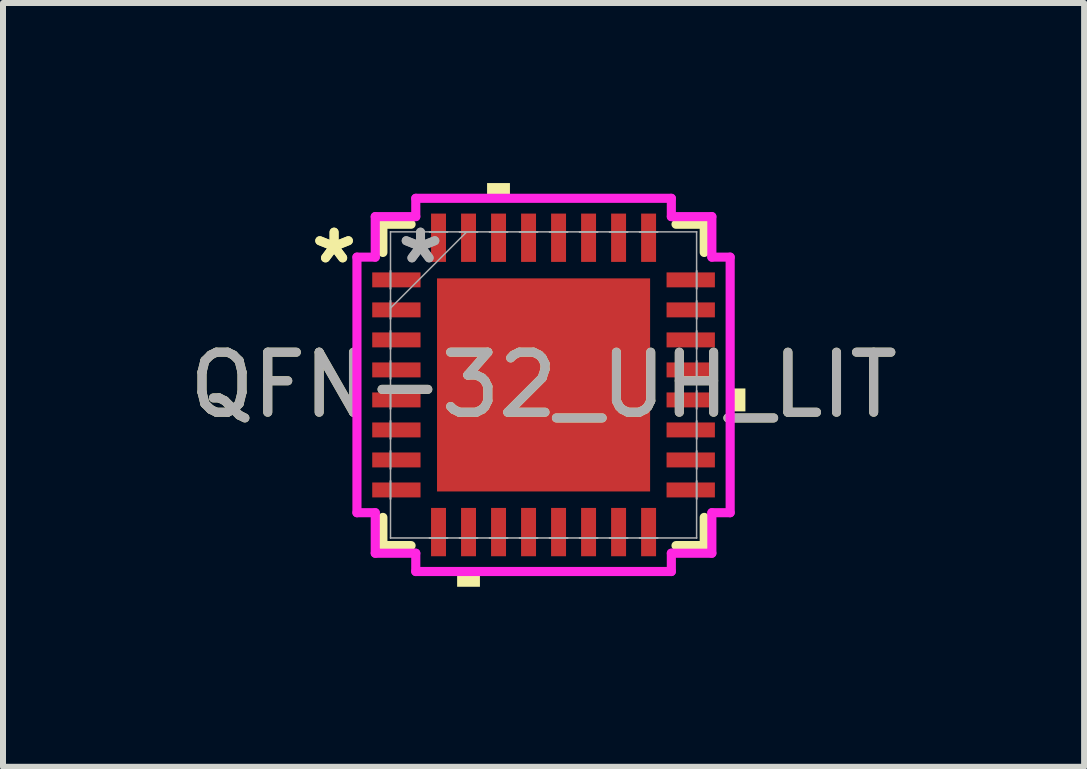
<source format=kicad_pcb>
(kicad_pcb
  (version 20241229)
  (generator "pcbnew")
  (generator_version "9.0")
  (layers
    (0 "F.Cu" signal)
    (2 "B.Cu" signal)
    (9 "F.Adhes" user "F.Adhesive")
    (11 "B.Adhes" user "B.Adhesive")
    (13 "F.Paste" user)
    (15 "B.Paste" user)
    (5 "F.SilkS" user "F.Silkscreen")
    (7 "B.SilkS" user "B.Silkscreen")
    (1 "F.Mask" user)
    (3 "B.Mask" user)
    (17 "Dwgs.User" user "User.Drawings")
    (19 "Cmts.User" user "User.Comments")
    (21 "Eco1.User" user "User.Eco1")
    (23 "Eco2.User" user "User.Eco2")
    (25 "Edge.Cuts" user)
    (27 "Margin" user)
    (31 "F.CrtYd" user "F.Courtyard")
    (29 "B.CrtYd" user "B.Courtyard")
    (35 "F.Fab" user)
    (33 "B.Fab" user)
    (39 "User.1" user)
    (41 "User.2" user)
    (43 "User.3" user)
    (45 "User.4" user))
  (footprint "QFN-32_UH_LIT"
    (layer "F.Cu")
    (at 6.006 3.363)
    (property "Reference" "QFN-32_UH_LIT" (at 0 0 0) (unlocked yes) (layer "F.SilkS") (effects (font (size 1 1) (thickness 0.15))))
    (attr smd)
    (fp_line (start -2.677 -2.677) (end -2.677 -2.207) (stroke (width 0.152) (type solid)) (layer "F.SilkS"))
    (fp_line (start -2.677 2.207) (end -2.677 2.677) (stroke (width 0.152) (type solid)) (layer "F.SilkS"))
    (fp_line (start -2.677 2.677) (end -2.207 2.677) (stroke (width 0.152) (type solid)) (layer "F.SilkS"))
    (fp_line (start -2.207 -2.677) (end -2.677 -2.677) (stroke (width 0.152) (type solid)) (layer "F.SilkS"))
    (fp_line (start 2.207 2.677) (end 2.677 2.677) (stroke (width 0.152) (type solid)) (layer "F.SilkS"))
    (fp_line (start 2.677 -2.677) (end 2.207 -2.677) (stroke (width 0.152) (type solid)) (layer "F.SilkS"))
    (fp_line (start 2.677 -2.207) (end 2.677 -2.677) (stroke (width 0.152) (type solid)) (layer "F.SilkS"))
    (fp_line (start 2.677 2.677) (end 2.677 2.207) (stroke (width 0.152) (type solid)) (layer "F.SilkS"))
    (fp_poly (pts (xy -1.44 3.109) (xy -1.44 3.363) (xy -1.06 3.363) (xy -1.06 3.109)) (stroke (width 0) (type solid)) (fill yes) (layer "F.SilkS"))
    (fp_poly (pts (xy -0.941 -3.109) (xy -0.941 -3.363) (xy -0.56 -3.363) (xy -0.56 -3.109)) (stroke (width 0) (type solid)) (fill yes) (layer "F.SilkS"))
    (fp_poly (pts (xy 3.363 0.059) (xy 3.363 0.441) (xy 3.109 0.441) (xy 3.109 0.059)) (stroke (width 0) (type solid)) (fill yes) (layer "F.SilkS"))
    (fp_poly (pts (xy -1.675 -1.675) (xy -1.675 -0.1) (xy -0.1 -0.1) (xy -0.1 -1.675)) (stroke (width 0) (type solid)) (fill yes) (layer "F.Paste"))
    (fp_poly (pts (xy -1.675 0.1) (xy -1.675 1.675) (xy -0.1 1.675) (xy -0.1 0.1)) (stroke (width 0) (type solid)) (fill yes) (layer "F.Paste"))
    (fp_poly (pts (xy 0.1 -1.675) (xy 0.1 -0.1) (xy 1.675 -0.1) (xy 1.675 -1.675)) (stroke (width 0) (type solid)) (fill yes) (layer "F.Paste"))
    (fp_poly (pts (xy 0.1 0.1) (xy 0.1 1.675) (xy 1.675 1.675) (xy 1.675 0.1)) (stroke (width 0) (type solid)) (fill yes) (layer "F.Paste"))
    (fp_line (start -3.109 -2.129) (end -2.804 -2.129) (stroke (width 0.152) (type solid)) (layer "F.CrtYd"))
    (fp_line (start -3.109 2.129) (end -3.109 -2.129) (stroke (width 0.152) (type solid)) (layer "F.CrtYd"))
    (fp_line (start -2.804 -2.804) (end -2.129 -2.804) (stroke (width 0.152) (type solid)) (layer "F.CrtYd"))
    (fp_line (start -2.804 -2.129) (end -2.804 -2.804) (stroke (width 0.152) (type solid)) (layer "F.CrtYd"))
    (fp_line (start -2.804 2.129) (end -3.109 2.129) (stroke (width 0.152) (type solid)) (layer "F.CrtYd"))
    (fp_line (start -2.804 2.804) (end -2.804 2.129) (stroke (width 0.152) (type solid)) (layer "F.CrtYd"))
    (fp_line (start -2.129 -3.109) (end 2.129 -3.109) (stroke (width 0.152) (type solid)) (layer "F.CrtYd"))
    (fp_line (start -2.129 -2.804) (end -2.129 -3.109) (stroke (width 0.152) (type solid)) (layer "F.CrtYd"))
    (fp_line (start -2.129 2.804) (end -2.804 2.804) (stroke (width 0.152) (type solid)) (layer "F.CrtYd"))
    (fp_line (start -2.129 3.109) (end -2.129 2.804) (stroke (width 0.152) (type solid)) (layer "F.CrtYd"))
    (fp_line (start 2.129 -3.109) (end 2.129 -2.804) (stroke (width 0.152) (type solid)) (layer "F.CrtYd"))
    (fp_line (start 2.129 -2.804) (end 2.804 -2.804) (stroke (width 0.152) (type solid)) (layer "F.CrtYd"))
    (fp_line (start 2.129 2.804) (end 2.129 3.109) (stroke (width 0.152) (type solid)) (layer "F.CrtYd"))
    (fp_line (start 2.129 3.109) (end -2.129 3.109) (stroke (width 0.152) (type solid)) (layer "F.CrtYd"))
    (fp_line (start 2.804 -2.804) (end 2.804 -2.129) (stroke (width 0.152) (type solid)) (layer "F.CrtYd"))
    (fp_line (start 2.804 -2.129) (end 3.109 -2.129) (stroke (width 0.152) (type solid)) (layer "F.CrtYd"))
    (fp_line (start 2.804 2.129) (end 2.804 2.804) (stroke (width 0.152) (type solid)) (layer "F.CrtYd"))
    (fp_line (start 2.804 2.804) (end 2.129 2.804) (stroke (width 0.152) (type solid)) (layer "F.CrtYd"))
    (fp_line (start 3.109 -2.129) (end 3.109 2.129) (stroke (width 0.152) (type solid)) (layer "F.CrtYd"))
    (fp_line (start 3.109 2.129) (end 2.804 2.129) (stroke (width 0.152) (type solid)) (layer "F.CrtYd"))
    (fp_line (start -2.55 -2.55) (end -2.55 -2.55) (stroke (width 0.025) (type solid)) (layer "F.Fab"))
    (fp_line (start -2.55 -2.55) (end -2.55 2.55) (stroke (width 0.025) (type solid)) (layer "F.Fab"))
    (fp_line (start -2.55 -1.9) (end -2.55 -1.9) (stroke (width 0.025) (type solid)) (layer "F.Fab"))
    (fp_line (start -2.55 -1.9) (end -2.55 -1.6) (stroke (width 0.025) (type solid)) (layer "F.Fab"))
    (fp_line (start -2.55 -1.6) (end -2.55 -1.9) (stroke (width 0.025) (type solid)) (layer "F.Fab"))
    (fp_line (start -2.55 -1.6) (end -2.55 -1.6) (stroke (width 0.025) (type solid)) (layer "F.Fab"))
    (fp_line (start -2.55 -1.4) (end -2.55 -1.4) (stroke (width 0.025) (type solid)) (layer "F.Fab"))
    (fp_line (start -2.55 -1.4) (end -2.55 -1.1) (stroke (width 0.025) (type solid)) (layer "F.Fab"))
    (fp_line (start -2.55 -1.28) (end -1.28 -2.55) (stroke (width 0.025) (type solid)) (layer "F.Fab"))
    (fp_line (start -2.55 -1.1) (end -2.55 -1.4) (stroke (width 0.025) (type solid)) (layer "F.Fab"))
    (fp_line (start -2.55 -1.1) (end -2.55 -1.1) (stroke (width 0.025) (type solid)) (layer "F.Fab"))
    (fp_line (start -2.55 -0.9) (end -2.55 -0.9) (stroke (width 0.025) (type solid)) (layer "F.Fab"))
    (fp_line (start -2.55 -0.9) (end -2.55 -0.6) (stroke (width 0.025) (type solid)) (layer "F.Fab"))
    (fp_line (start -2.55 -0.6) (end -2.55 -0.9) (stroke (width 0.025) (type solid)) (layer "F.Fab"))
    (fp_line (start -2.55 -0.6) (end -2.55 -0.6) (stroke (width 0.025) (type solid)) (layer "F.Fab"))
    (fp_line (start -2.55 -0.4) (end -2.55 -0.4) (stroke (width 0.025) (type solid)) (layer "F.Fab"))
    (fp_line (start -2.55 -0.4) (end -2.55 -0.1) (stroke (width 0.025) (type solid)) (layer "F.Fab"))
    (fp_line (start -2.55 -0.1) (end -2.55 -0.4) (stroke (width 0.025) (type solid)) (layer "F.Fab"))
    (fp_line (start -2.55 -0.1) (end -2.55 -0.1) (stroke (width 0.025) (type solid)) (layer "F.Fab"))
    (fp_line (start -2.55 0.1) (end -2.55 0.1) (stroke (width 0.025) (type solid)) (layer "F.Fab"))
    (fp_line (start -2.55 0.1) (end -2.55 0.4) (stroke (width 0.025) (type solid)) (layer "F.Fab"))
    (fp_line (start -2.55 0.4) (end -2.55 0.1) (stroke (width 0.025) (type solid)) (layer "F.Fab"))
    (fp_line (start -2.55 0.4) (end -2.55 0.4) (stroke (width 0.025) (type solid)) (layer "F.Fab"))
    (fp_line (start -2.55 0.6) (end -2.55 0.6) (stroke (width 0.025) (type solid)) (layer "F.Fab"))
    (fp_line (start -2.55 0.6) (end -2.55 0.9) (stroke (width 0.025) (type solid)) (layer "F.Fab"))
    (fp_line (start -2.55 0.9) (end -2.55 0.6) (stroke (width 0.025) (type solid)) (layer "F.Fab"))
    (fp_line (start -2.55 0.9) (end -2.55 0.9) (stroke (width 0.025) (type solid)) (layer "F.Fab"))
    (fp_line (start -2.55 1.1) (end -2.55 1.1) (stroke (width 0.025) (type solid)) (layer "F.Fab"))
    (fp_line (start -2.55 1.1) (end -2.55 1.4) (stroke (width 0.025) (type solid)) (layer "F.Fab"))
    (fp_line (start -2.55 1.4) (end -2.55 1.1) (stroke (width 0.025) (type solid)) (layer "F.Fab"))
    (fp_line (start -2.55 1.4) (end -2.55 1.4) (stroke (width 0.025) (type solid)) (layer "F.Fab"))
    (fp_line (start -2.55 1.6) (end -2.55 1.6) (stroke (width 0.025) (type solid)) (layer "F.Fab"))
    (fp_line (start -2.55 1.6) (end -2.55 1.9) (stroke (width 0.025) (type solid)) (layer "F.Fab"))
    (fp_line (start -2.55 1.9) (end -2.55 1.6) (stroke (width 0.025) (type solid)) (layer "F.Fab"))
    (fp_line (start -2.55 1.9) (end -2.55 1.9) (stroke (width 0.025) (type solid)) (layer "F.Fab"))
    (fp_line (start -2.55 2.55) (end -2.55 2.55) (stroke (width 0.025) (type solid)) (layer "F.Fab"))
    (fp_line (start -2.55 2.55) (end 2.55 2.55) (stroke (width 0.025) (type solid)) (layer "F.Fab"))
    (fp_line (start -1.9 -2.55) (end -1.9 -2.55) (stroke (width 0.025) (type solid)) (layer "F.Fab"))
    (fp_line (start -1.9 -2.55) (end -1.6 -2.55) (stroke (width 0.025) (type solid)) (layer "F.Fab"))
    (fp_line (start -1.9 2.55) (end -1.9 2.55) (stroke (width 0.025) (type solid)) (layer "F.Fab"))
    (fp_line (start -1.9 2.55) (end -1.6 2.55) (stroke (width 0.025) (type solid)) (layer "F.Fab"))
    (fp_line (start -1.6 -2.55) (end -1.9 -2.55) (stroke (width 0.025) (type solid)) (layer "F.Fab"))
    (fp_line (start -1.6 -2.55) (end -1.6 -2.55) (stroke (width 0.025) (type solid)) (layer "F.Fab"))
    (fp_line (start -1.6 2.55) (end -1.9 2.55) (stroke (width 0.025) (type solid)) (layer "F.Fab"))
    (fp_line (start -1.6 2.55) (end -1.6 2.55) (stroke (width 0.025) (type solid)) (layer "F.Fab"))
    (fp_line (start -1.4 -2.55) (end -1.4 -2.55) (stroke (width 0.025) (type solid)) (layer "F.Fab"))
    (fp_line (start -1.4 -2.55) (end -1.1 -2.55) (stroke (width 0.025) (type solid)) (layer "F.Fab"))
    (fp_line (start -1.4 2.55) (end -1.4 2.55) (stroke (width 0.025) (type solid)) (layer "F.Fab"))
    (fp_line (start -1.4 2.55) (end -1.1 2.55) (stroke (width 0.025) (type solid)) (layer "F.Fab"))
    (fp_line (start -1.1 -2.55) (end -1.4 -2.55) (stroke (width 0.025) (type solid)) (layer "F.Fab"))
    (fp_line (start -1.1 -2.55) (end -1.1 -2.55) (stroke (width 0.025) (type solid)) (layer "F.Fab"))
    (fp_line (start -1.1 2.55) (end -1.4 2.55) (stroke (width 0.025) (type solid)) (layer "F.Fab"))
    (fp_line (start -1.1 2.55) (end -1.1 2.55) (stroke (width 0.025) (type solid)) (layer "F.Fab"))
    (fp_line (start -0.9 -2.55) (end -0.9 -2.55) (stroke (width 0.025) (type solid)) (layer "F.Fab"))
    (fp_line (start -0.9 -2.55) (end -0.6 -2.55) (stroke (width 0.025) (type solid)) (layer "F.Fab"))
    (fp_line (start -0.9 2.55) (end -0.9 2.55) (stroke (width 0.025) (type solid)) (layer "F.Fab"))
    (fp_line (start -0.9 2.55) (end -0.6 2.55) (stroke (width 0.025) (type solid)) (layer "F.Fab"))
    (fp_line (start -0.6 -2.55) (end -0.9 -2.55) (stroke (width 0.025) (type solid)) (layer "F.Fab"))
    (fp_line (start -0.6 -2.55) (end -0.6 -2.55) (stroke (width 0.025) (type solid)) (layer "F.Fab"))
    (fp_line (start -0.6 2.55) (end -0.9 2.55) (stroke (width 0.025) (type solid)) (layer "F.Fab"))
    (fp_line (start -0.6 2.55) (end -0.6 2.55) (stroke (width 0.025) (type solid)) (layer "F.Fab"))
    (fp_line (start -0.4 -2.55) (end -0.4 -2.55) (stroke (width 0.025) (type solid)) (layer "F.Fab"))
    (fp_line (start -0.4 -2.55) (end -0.1 -2.55) (stroke (width 0.025) (type solid)) (layer "F.Fab"))
    (fp_line (start -0.4 2.55) (end -0.4 2.55) (stroke (width 0.025) (type solid)) (layer "F.Fab"))
    (fp_line (start -0.4 2.55) (end -0.1 2.55) (stroke (width 0.025) (type solid)) (layer "F.Fab"))
    (fp_line (start -0.1 -2.55) (end -0.4 -2.55) (stroke (width 0.025) (type solid)) (layer "F.Fab"))
    (fp_line (start -0.1 -2.55) (end -0.1 -2.55) (stroke (width 0.025) (type solid)) (layer "F.Fab"))
    (fp_line (start -0.1 2.55) (end -0.4 2.55) (stroke (width 0.025) (type solid)) (layer "F.Fab"))
    (fp_line (start -0.1 2.55) (end -0.1 2.55) (stroke (width 0.025) (type solid)) (layer "F.Fab"))
    (fp_line (start 0.1 -2.55) (end 0.1 -2.55) (stroke (width 0.025) (type solid)) (layer "F.Fab"))
    (fp_line (start 0.1 -2.55) (end 0.4 -2.55) (stroke (width 0.025) (type solid)) (layer "F.Fab"))
    (fp_line (start 0.1 2.55) (end 0.1 2.55) (stroke (width 0.025) (type solid)) (layer "F.Fab"))
    (fp_line (start 0.1 2.55) (end 0.4 2.55) (stroke (width 0.025) (type solid)) (layer "F.Fab"))
    (fp_line (start 0.4 -2.55) (end 0.1 -2.55) (stroke (width 0.025) (type solid)) (layer "F.Fab"))
    (fp_line (start 0.4 -2.55) (end 0.4 -2.55) (stroke (width 0.025) (type solid)) (layer "F.Fab"))
    (fp_line (start 0.4 2.55) (end 0.1 2.55) (stroke (width 0.025) (type solid)) (layer "F.Fab"))
    (fp_line (start 0.4 2.55) (end 0.4 2.55) (stroke (width 0.025) (type solid)) (layer "F.Fab"))
    (fp_line (start 0.6 -2.55) (end 0.6 -2.55) (stroke (width 0.025) (type solid)) (layer "F.Fab"))
    (fp_line (start 0.6 -2.55) (end 0.9 -2.55) (stroke (width 0.025) (type solid)) (layer "F.Fab"))
    (fp_line (start 0.6 2.55) (end 0.6 2.55) (stroke (width 0.025) (type solid)) (layer "F.Fab"))
    (fp_line (start 0.6 2.55) (end 0.9 2.55) (stroke (width 0.025) (type solid)) (layer "F.Fab"))
    (fp_line (start 0.9 -2.55) (end 0.6 -2.55) (stroke (width 0.025) (type solid)) (layer "F.Fab"))
    (fp_line (start 0.9 -2.55) (end 0.9 -2.55) (stroke (width 0.025) (type solid)) (layer "F.Fab"))
    (fp_line (start 0.9 2.55) (end 0.6 2.55) (stroke (width 0.025) (type solid)) (layer "F.Fab"))
    (fp_line (start 0.9 2.55) (end 0.9 2.55) (stroke (width 0.025) (type solid)) (layer "F.Fab"))
    (fp_line (start 1.1 -2.55) (end 1.1 -2.55) (stroke (width 0.025) (type solid)) (layer "F.Fab"))
    (fp_line (start 1.1 -2.55) (end 1.4 -2.55) (stroke (width 0.025) (type solid)) (layer "F.Fab"))
    (fp_line (start 1.1 2.55) (end 1.1 2.55) (stroke (width 0.025) (type solid)) (layer "F.Fab"))
    (fp_line (start 1.1 2.55) (end 1.4 2.55) (stroke (width 0.025) (type solid)) (layer "F.Fab"))
    (fp_line (start 1.4 -2.55) (end 1.1 -2.55) (stroke (width 0.025) (type solid)) (layer "F.Fab"))
    (fp_line (start 1.4 -2.55) (end 1.4 -2.55) (stroke (width 0.025) (type solid)) (layer "F.Fab"))
    (fp_line (start 1.4 2.55) (end 1.1 2.55) (stroke (width 0.025) (type solid)) (layer "F.Fab"))
    (fp_line (start 1.4 2.55) (end 1.4 2.55) (stroke (width 0.025) (type solid)) (layer "F.Fab"))
    (fp_line (start 1.6 -2.55) (end 1.6 -2.55) (stroke (width 0.025) (type solid)) (layer "F.Fab"))
    (fp_line (start 1.6 -2.55) (end 1.9 -2.55) (stroke (width 0.025) (type solid)) (layer "F.Fab"))
    (fp_line (start 1.6 2.55) (end 1.6 2.55) (stroke (width 0.025) (type solid)) (layer "F.Fab"))
    (fp_line (start 1.6 2.55) (end 1.9 2.55) (stroke (width 0.025) (type solid)) (layer "F.Fab"))
    (fp_line (start 1.9 -2.55) (end 1.6 -2.55) (stroke (width 0.025) (type solid)) (layer "F.Fab"))
    (fp_line (start 1.9 -2.55) (end 1.9 -2.55) (stroke (width 0.025) (type solid)) (layer "F.Fab"))
    (fp_line (start 1.9 2.55) (end 1.6 2.55) (stroke (width 0.025) (type solid)) (layer "F.Fab"))
    (fp_line (start 1.9 2.55) (end 1.9 2.55) (stroke (width 0.025) (type solid)) (layer "F.Fab"))
    (fp_line (start 2.55 -2.55) (end -2.55 -2.55) (stroke (width 0.025) (type solid)) (layer "F.Fab"))
    (fp_line (start 2.55 -2.55) (end 2.55 -2.55) (stroke (width 0.025) (type solid)) (layer "F.Fab"))
    (fp_line (start 2.55 -1.9) (end 2.55 -1.9) (stroke (width 0.025) (type solid)) (layer "F.Fab"))
    (fp_line (start 2.55 -1.9) (end 2.55 -1.6) (stroke (width 0.025) (type solid)) (layer "F.Fab"))
    (fp_line (start 2.55 -1.6) (end 2.55 -1.9) (stroke (width 0.025) (type solid)) (layer "F.Fab"))
    (fp_line (start 2.55 -1.6) (end 2.55 -1.6) (stroke (width 0.025) (type solid)) (layer "F.Fab"))
    (fp_line (start 2.55 -1.4) (end 2.55 -1.4) (stroke (width 0.025) (type solid)) (layer "F.Fab"))
    (fp_line (start 2.55 -1.4) (end 2.55 -1.1) (stroke (width 0.025) (type solid)) (layer "F.Fab"))
    (fp_line (start 2.55 -1.1) (end 2.55 -1.4) (stroke (width 0.025) (type solid)) (layer "F.Fab"))
    (fp_line (start 2.55 -1.1) (end 2.55 -1.1) (stroke (width 0.025) (type solid)) (layer "F.Fab"))
    (fp_line (start 2.55 -0.9) (end 2.55 -0.9) (stroke (width 0.025) (type solid)) (layer "F.Fab"))
    (fp_line (start 2.55 -0.9) (end 2.55 -0.6) (stroke (width 0.025) (type solid)) (layer "F.Fab"))
    (fp_line (start 2.55 -0.6) (end 2.55 -0.9) (stroke (width 0.025) (type solid)) (layer "F.Fab"))
    (fp_line (start 2.55 -0.6) (end 2.55 -0.6) (stroke (width 0.025) (type solid)) (layer "F.Fab"))
    (fp_line (start 2.55 -0.4) (end 2.55 -0.4) (stroke (width 0.025) (type solid)) (layer "F.Fab"))
    (fp_line (start 2.55 -0.4) (end 2.55 -0.1) (stroke (width 0.025) (type solid)) (layer "F.Fab"))
    (fp_line (start 2.55 -0.1) (end 2.55 -0.4) (stroke (width 0.025) (type solid)) (layer "F.Fab"))
    (fp_line (start 2.55 -0.1) (end 2.55 -0.1) (stroke (width 0.025) (type solid)) (layer "F.Fab"))
    (fp_line (start 2.55 0.1) (end 2.55 0.1) (stroke (width 0.025) (type solid)) (layer "F.Fab"))
    (fp_line (start 2.55 0.1) (end 2.55 0.4) (stroke (width 0.025) (type solid)) (layer "F.Fab"))
    (fp_line (start 2.55 0.4) (end 2.55 0.1) (stroke (width 0.025) (type solid)) (layer "F.Fab"))
    (fp_line (start 2.55 0.4) (end 2.55 0.4) (stroke (width 0.025) (type solid)) (layer "F.Fab"))
    (fp_line (start 2.55 0.6) (end 2.55 0.6) (stroke (width 0.025) (type solid)) (layer "F.Fab"))
    (fp_line (start 2.55 0.6) (end 2.55 0.9) (stroke (width 0.025) (type solid)) (layer "F.Fab"))
    (fp_line (start 2.55 0.9) (end 2.55 0.6) (stroke (width 0.025) (type solid)) (layer "F.Fab"))
    (fp_line (start 2.55 0.9) (end 2.55 0.9) (stroke (width 0.025) (type solid)) (layer "F.Fab"))
    (fp_line (start 2.55 1.1) (end 2.55 1.1) (stroke (width 0.025) (type solid)) (layer "F.Fab"))
    (fp_line (start 2.55 1.1) (end 2.55 1.4) (stroke (width 0.025) (type solid)) (layer "F.Fab"))
    (fp_line (start 2.55 1.4) (end 2.55 1.1) (stroke (width 0.025) (type solid)) (layer "F.Fab"))
    (fp_line (start 2.55 1.4) (end 2.55 1.4) (stroke (width 0.025) (type solid)) (layer "F.Fab"))
    (fp_line (start 2.55 1.6) (end 2.55 1.6) (stroke (width 0.025) (type solid)) (layer "F.Fab"))
    (fp_line (start 2.55 1.6) (end 2.55 1.9) (stroke (width 0.025) (type solid)) (layer "F.Fab"))
    (fp_line (start 2.55 1.9) (end 2.55 1.6) (stroke (width 0.025) (type solid)) (layer "F.Fab"))
    (fp_line (start 2.55 1.9) (end 2.55 1.9) (stroke (width 0.025) (type solid)) (layer "F.Fab"))
    (fp_line (start 2.55 2.55) (end 2.55 -2.55) (stroke (width 0.025) (type solid)) (layer "F.Fab"))
    (fp_line (start 2.55 2.55) (end 2.55 2.55) (stroke (width 0.025) (type solid)) (layer "F.Fab"))
    (fp_text user "*" (at -3.49 -2 0) (layer "F.SilkS") (effects (font (size 1 1) (thickness 0.15))))
    (fp_text user "*" (at -3.49 -2 0) (unlocked yes) (layer "F.SilkS") (effects (font (size 1 1) (thickness 0.15))))
    (fp_text user "*" (at -2.05 -2 0) (unlocked yes) (layer "F.Fab") (effects (font (size 1 1) (thickness 0.15))))
    (fp_text user "${REFERENCE}" (at 0 0 0) (unlocked yes) (layer "F.Fab") (effects (font (size 1 1) (thickness 0.15))))
    (fp_text user "*" (at -2.05 -2 0) (layer "F.Fab") (effects (font (size 1 1) (thickness 0.15))))
    (pad "1" smd rect (at -2.452 -1.75 90) (size 0.249 0.805) (layers "F.Cu" "F.Mask" "F.Paste"))
    (pad "2" smd rect (at -2.452 -1.25 90) (size 0.249 0.805) (layers "F.Cu" "F.Mask" "F.Paste"))
    (pad "3" smd rect (at -2.452 -0.75 90) (size 0.249 0.805) (layers "F.Cu" "F.Mask" "F.Paste"))
    (pad "4" smd rect (at -2.452 -0.25 90) (size 0.249 0.805) (layers "F.Cu" "F.Mask" "F.Paste"))
    (pad "5" smd rect (at -2.452 0.25 90) (size 0.249 0.805) (layers "F.Cu" "F.Mask" "F.Paste"))
    (pad "6" smd rect (at -2.452 0.75 90) (size 0.249 0.805) (layers "F.Cu" "F.Mask" "F.Paste"))
    (pad "7" smd rect (at -2.452 1.25 90) (size 0.249 0.805) (layers "F.Cu" "F.Mask" "F.Paste"))
    (pad "8" smd rect (at -2.452 1.75 90) (size 0.249 0.805) (layers "F.Cu" "F.Mask" "F.Paste"))
    (pad "9" smd rect (at -1.75 2.452) (size 0.249 0.805) (layers "F.Cu" "F.Mask" "F.Paste"))
    (pad "10" smd rect (at -1.25 2.452) (size 0.249 0.805) (layers "F.Cu" "F.Mask" "F.Paste"))
    (pad "11" smd rect (at -0.75 2.452) (size 0.249 0.805) (layers "F.Cu" "F.Mask" "F.Paste"))
    (pad "12" smd rect (at -0.25 2.452) (size 0.249 0.805) (layers "F.Cu" "F.Mask" "F.Paste"))
    (pad "13" smd rect (at 0.25 2.452) (size 0.249 0.805) (layers "F.Cu" "F.Mask" "F.Paste"))
    (pad "14" smd rect (at 0.75 2.452) (size 0.249 0.805) (layers "F.Cu" "F.Mask" "F.Paste"))
    (pad "15" smd rect (at 1.25 2.452) (size 0.249 0.805) (layers "F.Cu" "F.Mask" "F.Paste"))
    (pad "16" smd rect (at 1.75 2.452) (size 0.249 0.805) (layers "F.Cu" "F.Mask" "F.Paste"))
    (pad "17" smd rect (at 2.452 1.75 90) (size 0.249 0.805) (layers "F.Cu" "F.Mask" "F.Paste"))
    (pad "18" smd rect (at 2.452 1.25 90) (size 0.249 0.805) (layers "F.Cu" "F.Mask" "F.Paste"))
    (pad "19" smd rect (at 2.452 0.75 90) (size 0.249 0.805) (layers "F.Cu" "F.Mask" "F.Paste"))
    (pad "20" smd rect (at 2.452 0.25 90) (size 0.249 0.805) (layers "F.Cu" "F.Mask" "F.Paste"))
    (pad "21" smd rect (at 2.452 -0.25 90) (size 0.249 0.805) (layers "F.Cu" "F.Mask" "F.Paste"))
    (pad "22" smd rect (at 2.452 -0.75 90) (size 0.249 0.805) (layers "F.Cu" "F.Mask" "F.Paste"))
    (pad "23" smd rect (at 2.452 -1.25 90) (size 0.249 0.805) (layers "F.Cu" "F.Mask" "F.Paste"))
    (pad "24" smd rect (at 2.452 -1.75 90) (size 0.249 0.805) (layers "F.Cu" "F.Mask" "F.Paste"))
    (pad "25" smd rect (at 1.75 -2.452) (size 0.249 0.805) (layers "F.Cu" "F.Mask" "F.Paste"))
    (pad "26" smd rect (at 1.25 -2.452) (size 0.249 0.805) (layers "F.Cu" "F.Mask" "F.Paste"))
    (pad "27" smd rect (at 0.75 -2.452) (size 0.249 0.805) (layers "F.Cu" "F.Mask" "F.Paste"))
    (pad "28" smd rect (at 0.25 -2.452) (size 0.249 0.805) (layers "F.Cu" "F.Mask" "F.Paste"))
    (pad "29" smd rect (at -0.25 -2.452) (size 0.249 0.805) (layers "F.Cu" "F.Mask" "F.Paste"))
    (pad "30" smd rect (at -0.75 -2.452) (size 0.249 0.805) (layers "F.Cu" "F.Mask" "F.Paste"))
    (pad "31" smd rect (at -1.25 -2.452) (size 0.249 0.805) (layers "F.Cu" "F.Mask" "F.Paste"))
    (pad "32" smd rect (at -1.75 -2.452) (size 0.249 0.805) (layers "F.Cu" "F.Mask" "F.Paste"))
    (pad "33" smd rect (at 0 0) (size 3.55 3.55) (layers "F.Cu" "F.Mask")))
  (gr_rect
    (start -3 -3)
    (end 15.012 9.726)
    (stroke (width 0.1) (type default))
    (fill no)
    (layer "Edge.Cuts")))
</source>
